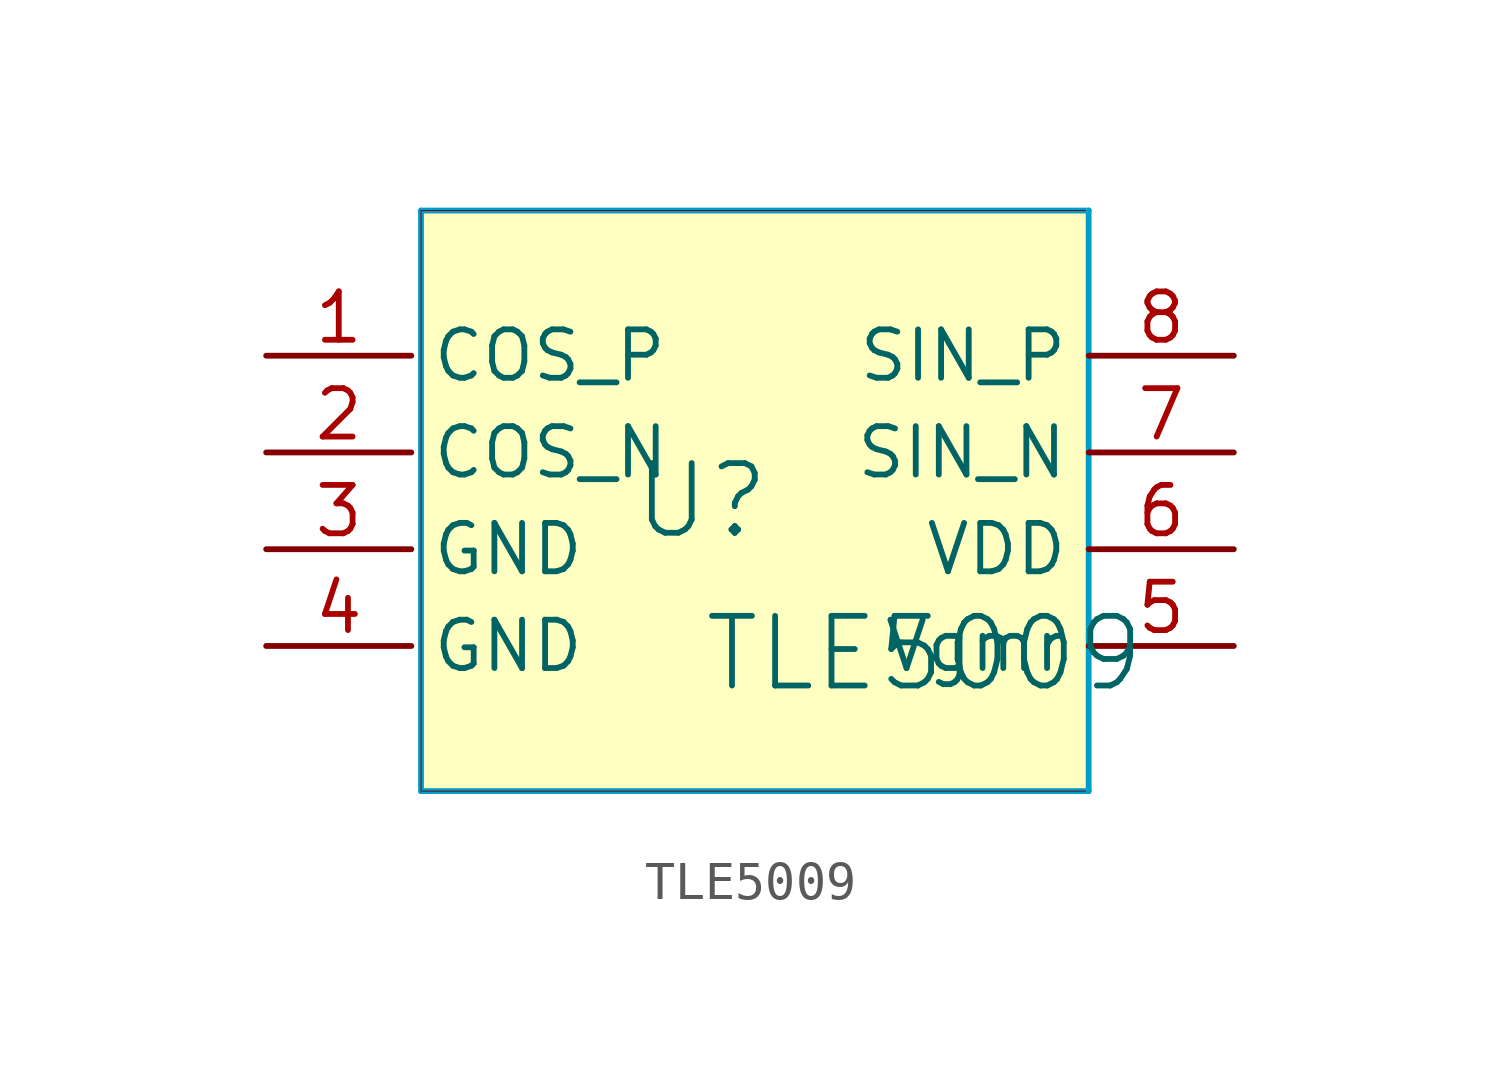
<source format=kicad_sym>
(kicad_symbol_lib
  (version 20241209)
  (generator "kicad_symbol_editor")
  (generator_version "9.0")
  (symbol "TLE5009"
    (property "Reference" "U"
      (at -1.27 1.27 0)
      (effects (font (size 1.829 1.829))))
    (property "Value" "TLE5009"
      (at -1.27 -3.81 0)
      (effects (font (size 1.829 1.829)) (justify left bottom)))
    (symbol "TLE5009_1_0"
      (polyline (pts (xy -8.636 8.89) (xy 8.89 8.89)) (stroke (width 0) (type solid) (color 0 156 202 1)) (fill (type none)))
      (polyline (pts (xy -8.636 -6.35) (xy -8.636 8.89)) (stroke (width 0) (type solid) (color 0 156 202 1)) (fill (type none)))
      (polyline (pts (xy -8.636 -6.35) (xy 8.89 -6.35)) (stroke (width 0) (type solid) (color 0 156 202 1)) (fill (type none)))
      (rectangle (start 8.89 8.89) (end -8.636 -6.35) (stroke (width 0.025) (type solid) (color 128 0 0 1)) (fill (type background)))
      (polyline (pts (xy 8.89 -6.35) (xy 8.89 8.89)) (stroke (width 0) (type solid) (color 0 156 202 1)) (fill (type none)))
      (pin passive line (at -12.7 5.08 0) (length 3.81) (name "COS_P" (effects (font (size 1.27 1.27)))) (number "1" (effects (font (size 1.27 1.27)))))
      (pin passive line (at -12.7 2.54 0) (length 3.81) (name "COS_N" (effects (font (size 1.27 1.27)))) (number "2" (effects (font (size 1.27 1.27)))))
      (pin passive line (at -12.7 0 0) (length 3.81) (name "GND" (effects (font (size 1.27 1.27)))) (number "3" (effects (font (size 1.27 1.27)))))
      (pin passive line (at -12.7 -2.54 0) (length 3.81) (name "GND" (effects (font (size 1.27 1.27)))) (number "4" (effects (font (size 1.27 1.27)))))
      (pin passive line (at 12.7 5.08 180) (length 3.81) (name "SIN_P" (effects (font (size 1.27 1.27)))) (number "8" (effects (font (size 1.27 1.27)))))
      (pin passive line (at 12.7 2.54 180) (length 3.81) (name "SIN_N" (effects (font (size 1.27 1.27)))) (number "7" (effects (font (size 1.27 1.27)))))
      (pin passive line (at 12.7 0 180) (length 3.81) (name "VDD" (effects (font (size 1.27 1.27)))) (number "6" (effects (font (size 1.27 1.27)))))
      (pin passive line (at 12.7 -2.54 180) (length 3.81) (name "Vgmr" (effects (font (size 1.27 1.27)))) (number "5" (effects (font (size 1.27 1.27))))))))
</source>
